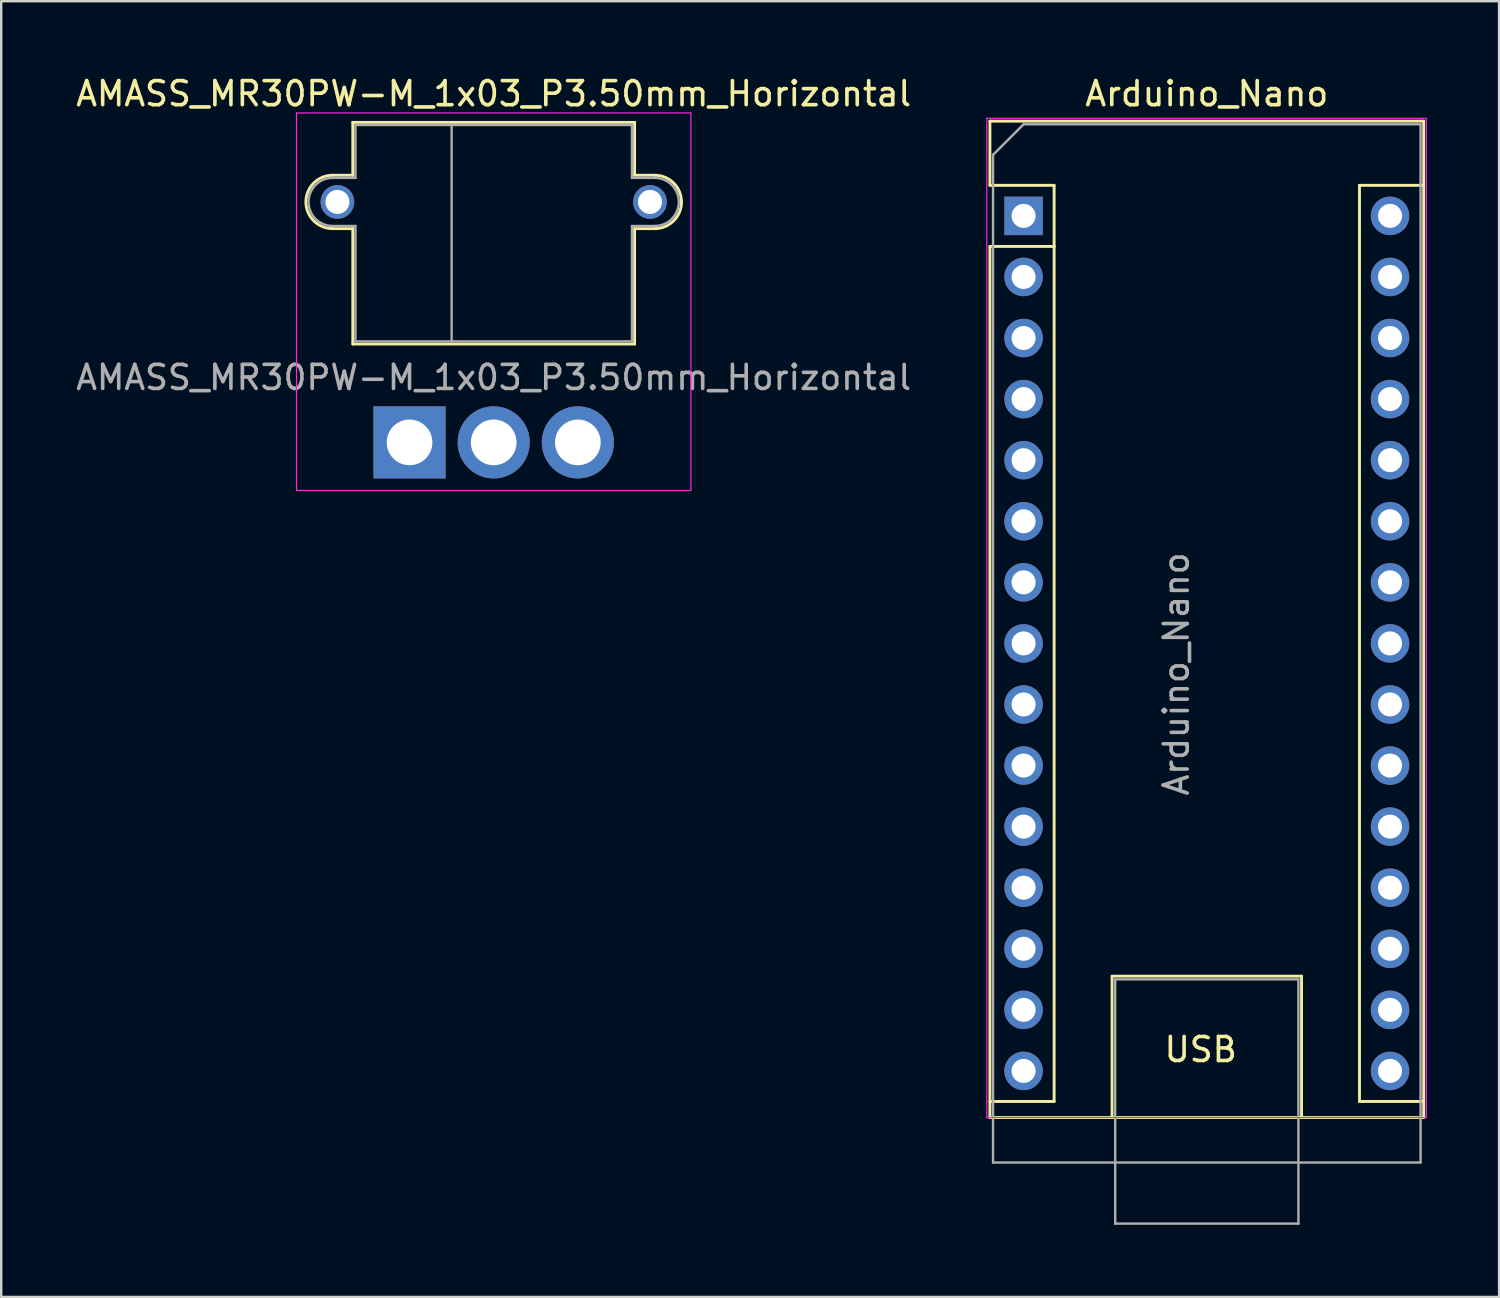
<source format=kicad_pcb>
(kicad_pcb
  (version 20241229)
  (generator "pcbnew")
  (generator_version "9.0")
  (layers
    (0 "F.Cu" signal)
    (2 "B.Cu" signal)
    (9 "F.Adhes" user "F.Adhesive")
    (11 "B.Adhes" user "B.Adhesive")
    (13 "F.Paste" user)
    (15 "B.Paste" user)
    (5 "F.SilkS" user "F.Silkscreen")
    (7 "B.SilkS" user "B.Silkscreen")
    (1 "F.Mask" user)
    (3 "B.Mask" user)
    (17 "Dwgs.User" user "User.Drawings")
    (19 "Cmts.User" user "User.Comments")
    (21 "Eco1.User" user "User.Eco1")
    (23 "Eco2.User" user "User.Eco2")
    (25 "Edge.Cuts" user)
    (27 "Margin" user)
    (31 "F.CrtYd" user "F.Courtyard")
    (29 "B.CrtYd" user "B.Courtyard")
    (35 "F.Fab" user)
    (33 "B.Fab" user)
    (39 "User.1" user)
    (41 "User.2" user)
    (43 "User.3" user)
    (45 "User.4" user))
  (footprint "Arduino_Nano"
    (layer "F.Cu")
    (at 39.519 5.928)
    (property "Reference" "Arduino_Nano" (at 7.62 -5.08 0) (layer "F.SilkS") (effects (font (size 1 1) (thickness 0.15))))
    (attr through_hole exclude_from_pos_files)
    (fp_line (start -1.4 -3.94) (end -1.4 -1.27) (stroke (width 0.12) (type solid)) (layer "F.SilkS"))
    (fp_line (start -1.4 1.27) (end -1.4 37.5) (stroke (width 0.12) (type solid)) (layer "F.SilkS"))
    (fp_line (start -1.4 37.5) (end 3.68 37.5) (stroke (width 0.12) (type solid)) (layer "F.SilkS"))
    (fp_line (start 1.27 -1.27) (end -1.4 -1.27) (stroke (width 0.12) (type solid)) (layer "F.SilkS"))
    (fp_line (start 1.27 1.27) (end -1.4 1.27) (stroke (width 0.12) (type solid)) (layer "F.SilkS"))
    (fp_line (start 1.27 1.27) (end 1.27 -1.27) (stroke (width 0.12) (type solid)) (layer "F.SilkS"))
    (fp_line (start 1.27 1.27) (end 1.27 36.83) (stroke (width 0.12) (type solid)) (layer "F.SilkS"))
    (fp_line (start 1.27 36.83) (end -1.4 36.83) (stroke (width 0.12) (type solid)) (layer "F.SilkS"))
    (fp_line (start 3.68 31.62) (end 11.56 31.62) (stroke (width 0.12) (type solid)) (layer "F.SilkS"))
    (fp_line (start 3.68 37.5) (end 3.68 31.62) (stroke (width 0.12) (type solid)) (layer "F.SilkS"))
    (fp_line (start 11.56 31.62) (end 11.56 37.5) (stroke (width 0.12) (type solid)) (layer "F.SilkS"))
    (fp_line (start 11.56 37.5) (end 3.68 37.5) (stroke (width 0.12) (type solid)) (layer "F.SilkS"))
    (fp_line (start 13.97 -1.27) (end 13.97 36.83) (stroke (width 0.12) (type solid)) (layer "F.SilkS"))
    (fp_line (start 13.97 -1.27) (end 16.64 -1.27) (stroke (width 0.12) (type solid)) (layer "F.SilkS"))
    (fp_line (start 13.97 36.83) (end 16.64 36.83) (stroke (width 0.12) (type solid)) (layer "F.SilkS"))
    (fp_line (start 16.64 -3.94) (end -1.4 -3.94) (stroke (width 0.12) (type solid)) (layer "F.SilkS"))
    (fp_line (start 16.64 37.5) (end 11.56 37.5) (stroke (width 0.12) (type solid)) (layer "F.SilkS"))
    (fp_line (start 16.64 37.5) (end 16.64 -3.94) (stroke (width 0.12) (type solid)) (layer "F.SilkS"))
    (fp_line (start -1.53 -4.06) (end -1.53 37.5) (stroke (width 0.05) (type solid)) (layer "F.CrtYd"))
    (fp_line (start -1.53 -4.06) (end 16.75 -4.06) (stroke (width 0.05) (type solid)) (layer "F.CrtYd"))
    (fp_line (start 16.75 37.5) (end -1.53 37.5) (stroke (width 0.05) (type solid)) (layer "F.CrtYd"))
    (fp_line (start 16.75 37.5) (end 16.75 -4.06) (stroke (width 0.05) (type solid)) (layer "F.CrtYd"))
    (fp_line (start -1.27 -2.54) (end 0 -3.81) (stroke (width 0.1) (type solid)) (layer "F.Fab"))
    (fp_line (start -1.27 39.37) (end -1.27 -2.54) (stroke (width 0.1) (type solid)) (layer "F.Fab"))
    (fp_line (start 0 -3.81) (end 16.51 -3.81) (stroke (width 0.1) (type solid)) (layer "F.Fab"))
    (fp_line (start 3.81 31.75) (end 11.43 31.75) (stroke (width 0.1) (type solid)) (layer "F.Fab"))
    (fp_line (start 3.81 41.91) (end 3.81 31.75) (stroke (width 0.1) (type solid)) (layer "F.Fab"))
    (fp_line (start 11.43 31.75) (end 11.43 41.91) (stroke (width 0.1) (type solid)) (layer "F.Fab"))
    (fp_line (start 11.43 41.91) (end 3.81 41.91) (stroke (width 0.1) (type solid)) (layer "F.Fab"))
    (fp_line (start 16.51 -3.81) (end 16.51 39.37) (stroke (width 0.1) (type solid)) (layer "F.Fab"))
    (fp_line (start 16.51 39.37) (end -1.27 39.37) (stroke (width 0.1) (type solid)) (layer "F.Fab"))
    (fp_text user "USB" (at 7.366 34.671 0) (unlocked yes) (layer "F.SilkS") (effects (font (size 1 1) (thickness 0.15))))
    (fp_text user "${REFERENCE}" (at 6.35 19.05 90) (layer "F.Fab") (effects (font (size 1 1) (thickness 0.15))))
    (pad "1" thru_hole rect (at 0 0) (size 1.6 1.6) (drill 1) (layers "*.Cu" "*.Mask"))
    (pad "2" thru_hole oval (at 0 2.54) (size 1.6 1.6) (drill 1) (layers "*.Cu" "*.Mask"))
    (pad "3" thru_hole oval (at 0 5.08) (size 1.6 1.6) (drill 1) (layers "*.Cu" "*.Mask"))
    (pad "4" thru_hole oval (at 0 7.62) (size 1.6 1.6) (drill 1) (layers "*.Cu" "*.Mask"))
    (pad "5" thru_hole oval (at 0 10.16) (size 1.6 1.6) (drill 1) (layers "*.Cu" "*.Mask"))
    (pad "6" thru_hole oval (at 0 12.7) (size 1.6 1.6) (drill 1) (layers "*.Cu" "*.Mask"))
    (pad "7" thru_hole oval (at 0 15.24) (size 1.6 1.6) (drill 1) (layers "*.Cu" "*.Mask"))
    (pad "8" thru_hole oval (at 0 17.78) (size 1.6 1.6) (drill 1) (layers "*.Cu" "*.Mask"))
    (pad "9" thru_hole oval (at 0 20.32) (size 1.6 1.6) (drill 1) (layers "*.Cu" "*.Mask"))
    (pad "10" thru_hole oval (at 0 22.86) (size 1.6 1.6) (drill 1) (layers "*.Cu" "*.Mask"))
    (pad "11" thru_hole oval (at 0 25.4) (size 1.6 1.6) (drill 1) (layers "*.Cu" "*.Mask"))
    (pad "12" thru_hole oval (at 0 27.94) (size 1.6 1.6) (drill 1) (layers "*.Cu" "*.Mask"))
    (pad "13" thru_hole oval (at 0 30.48) (size 1.6 1.6) (drill 1) (layers "*.Cu" "*.Mask"))
    (pad "14" thru_hole oval (at 0 33.02) (size 1.6 1.6) (drill 1) (layers "*.Cu" "*.Mask"))
    (pad "15" thru_hole oval (at 0 35.56) (size 1.6 1.6) (drill 1) (layers "*.Cu" "*.Mask"))
    (pad "16" thru_hole oval (at 15.24 35.56) (size 1.6 1.6) (drill 1) (layers "*.Cu" "*.Mask"))
    (pad "17" thru_hole oval (at 15.24 33.02) (size 1.6 1.6) (drill 1) (layers "*.Cu" "*.Mask"))
    (pad "18" thru_hole oval (at 15.24 30.48) (size 1.6 1.6) (drill 1) (layers "*.Cu" "*.Mask"))
    (pad "19" thru_hole oval (at 15.24 27.94) (size 1.6 1.6) (drill 1) (layers "*.Cu" "*.Mask"))
    (pad "20" thru_hole oval (at 15.24 25.4) (size 1.6 1.6) (drill 1) (layers "*.Cu" "*.Mask"))
    (pad "21" thru_hole oval (at 15.24 22.86) (size 1.6 1.6) (drill 1) (layers "*.Cu" "*.Mask"))
    (pad "22" thru_hole oval (at 15.24 20.32) (size 1.6 1.6) (drill 1) (layers "*.Cu" "*.Mask"))
    (pad "23" thru_hole oval (at 15.24 17.78) (size 1.6 1.6) (drill 1) (layers "*.Cu" "*.Mask"))
    (pad "24" thru_hole oval (at 15.24 15.24) (size 1.6 1.6) (drill 1) (layers "*.Cu" "*.Mask"))
    (pad "25" thru_hole oval (at 15.24 12.7) (size 1.6 1.6) (drill 1) (layers "*.Cu" "*.Mask"))
    (pad "26" thru_hole oval (at 15.24 10.16) (size 1.6 1.6) (drill 1) (layers "*.Cu" "*.Mask"))
    (pad "27" thru_hole oval (at 15.24 7.62) (size 1.6 1.6) (drill 1) (layers "*.Cu" "*.Mask"))
    (pad "28" thru_hole oval (at 15.24 5.08) (size 1.6 1.6) (drill 1) (layers "*.Cu" "*.Mask"))
    (pad "29" thru_hole oval (at 15.24 2.54) (size 1.6 1.6) (drill 1) (layers "*.Cu" "*.Mask"))
    (pad "30" thru_hole oval (at 15.24 0) (size 1.6 1.6) (drill 1) (layers "*.Cu" "*.Mask")))
  (footprint "AMASS_MR30PW-M_1x03_P3.50mm_Horizontal"
    (layer "F.Cu")
    (at 13.982 15.348)
    (property "Reference" "AMASS_MR30PW-M_1x03_P3.50mm_Horizontal" (at 3.5 -14.5 0) (layer "F.SilkS") (effects (font (size 1 1) (thickness 0.15))))
    (attr through_hole)
    (fp_line (start -3.2 -11.11) (end -2.36 -11.11) (stroke (width 0.12) (type solid)) (layer "F.SilkS"))
    (fp_line (start -3.2 -8.89) (end -2.36 -8.89) (stroke (width 0.12) (type solid)) (layer "F.SilkS"))
    (fp_line (start -2.36 -13.31) (end -2.36 -11.11) (stroke (width 0.12) (type solid)) (layer "F.SilkS"))
    (fp_line (start -2.36 -13.31) (end 9.36 -13.31) (stroke (width 0.12) (type solid)) (layer "F.SilkS"))
    (fp_line (start -2.36 -8.89) (end -2.36 -4.09) (stroke (width 0.12) (type solid)) (layer "F.SilkS"))
    (fp_line (start -2.36 -4.09) (end 9.36 -4.09) (stroke (width 0.12) (type solid)) (layer "F.SilkS"))
    (fp_line (start 9.36 -13.31) (end 9.36 -11.11) (stroke (width 0.12) (type solid)) (layer "F.SilkS"))
    (fp_line (start 9.36 -11.11) (end 10.2 -11.11) (stroke (width 0.12) (type solid)) (layer "F.SilkS"))
    (fp_line (start 9.36 -8.89) (end 9.36 -4.09) (stroke (width 0.12) (type solid)) (layer "F.SilkS"))
    (fp_line (start 9.36 -8.89) (end 10.2 -8.89) (stroke (width 0.12) (type solid)) (layer "F.SilkS"))
    (fp_arc (start -3.2 -8.89) (mid -4.31 -10) (end -3.2 -11.11) (stroke (width 0.12) (type solid)) (layer "F.SilkS"))
    (fp_arc (start 10.2 -11.11) (mid 11.31 -10) (end 10.2 -8.89) (stroke (width 0.12) (type solid)) (layer "F.SilkS"))
    (fp_line (start -4.7 -13.7) (end -4.7 2) (stroke (width 0.05) (type solid)) (layer "F.CrtYd"))
    (fp_line (start -4.7 -13.7) (end 11.7 -13.7) (stroke (width 0.05) (type solid)) (layer "F.CrtYd"))
    (fp_line (start -4.7 2) (end 11.7 2) (stroke (width 0.05) (type solid)) (layer "F.CrtYd"))
    (fp_line (start 11.7 -13.7) (end 11.7 2) (stroke (width 0.05) (type solid)) (layer "F.CrtYd"))
    (fp_line (start -3.2 -11) (end -2.25 -11) (stroke (width 0.1) (type solid)) (layer "F.Fab"))
    (fp_line (start -3.2 -9) (end -2.25 -9) (stroke (width 0.1) (type solid)) (layer "F.Fab"))
    (fp_line (start -2.25 -13.2) (end -2.25 -11) (stroke (width 0.1) (type solid)) (layer "F.Fab"))
    (fp_line (start -2.25 -13.2) (end 9.25 -13.2) (stroke (width 0.1) (type solid)) (layer "F.Fab"))
    (fp_line (start -2.25 -9) (end -2.25 -4.2) (stroke (width 0.1) (type solid)) (layer "F.Fab"))
    (fp_line (start -2.25 -4.2) (end 9.25 -4.2) (stroke (width 0.1) (type solid)) (layer "F.Fab"))
    (fp_line (start 1.75 -13.2) (end 1.75 -4.2) (stroke (width 0.1) (type solid)) (layer "F.Fab"))
    (fp_line (start 9.25 -13.2) (end 9.25 -11) (stroke (width 0.1) (type solid)) (layer "F.Fab"))
    (fp_line (start 9.25 -11) (end 10.2 -11) (stroke (width 0.1) (type solid)) (layer "F.Fab"))
    (fp_line (start 9.25 -9) (end 9.25 -4.2) (stroke (width 0.1) (type solid)) (layer "F.Fab"))
    (fp_line (start 9.25 -9) (end 10.2 -9) (stroke (width 0.1) (type solid)) (layer "F.Fab"))
    (fp_arc (start -3.2 -9) (mid -4.2 -10) (end -3.2 -11) (stroke (width 0.1) (type solid)) (layer "F.Fab"))
    (fp_arc (start 10.2 -11) (mid 11.2 -10) (end 10.2 -9) (stroke (width 0.1) (type solid)) (layer "F.Fab"))
    (fp_text user "${REFERENCE}" (at 3.5 -2.7 0) (layer "F.Fab") (effects (font (size 1 1) (thickness 0.15))))
    (pad "" thru_hole circle (at -3 -10) (size 1.4 1.4) (drill 1) (layers "*.Cu" "*.Mask"))
    (pad "" thru_hole circle (at 10 -10) (size 1.4 1.4) (drill 1) (layers "*.Cu" "*.Mask"))
    (pad "1" thru_hole rect (at 0 0) (size 3 3) (drill 1.9) (layers "*.Cu" "*.Mask"))
    (pad "2" thru_hole circle (at 3.5 0) (size 3 3) (drill 1.9) (layers "*.Cu" "*.Mask"))
    (pad "3" thru_hole circle (at 7 0) (size 3 3) (drill 1.9) (layers "*.Cu" "*.Mask")))
  (gr_rect
    (start -3 -3)
    (end 59.294 50.888)
    (stroke (width 0.1) (type default))
    (fill no)
    (layer "Edge.Cuts")))
</source>
